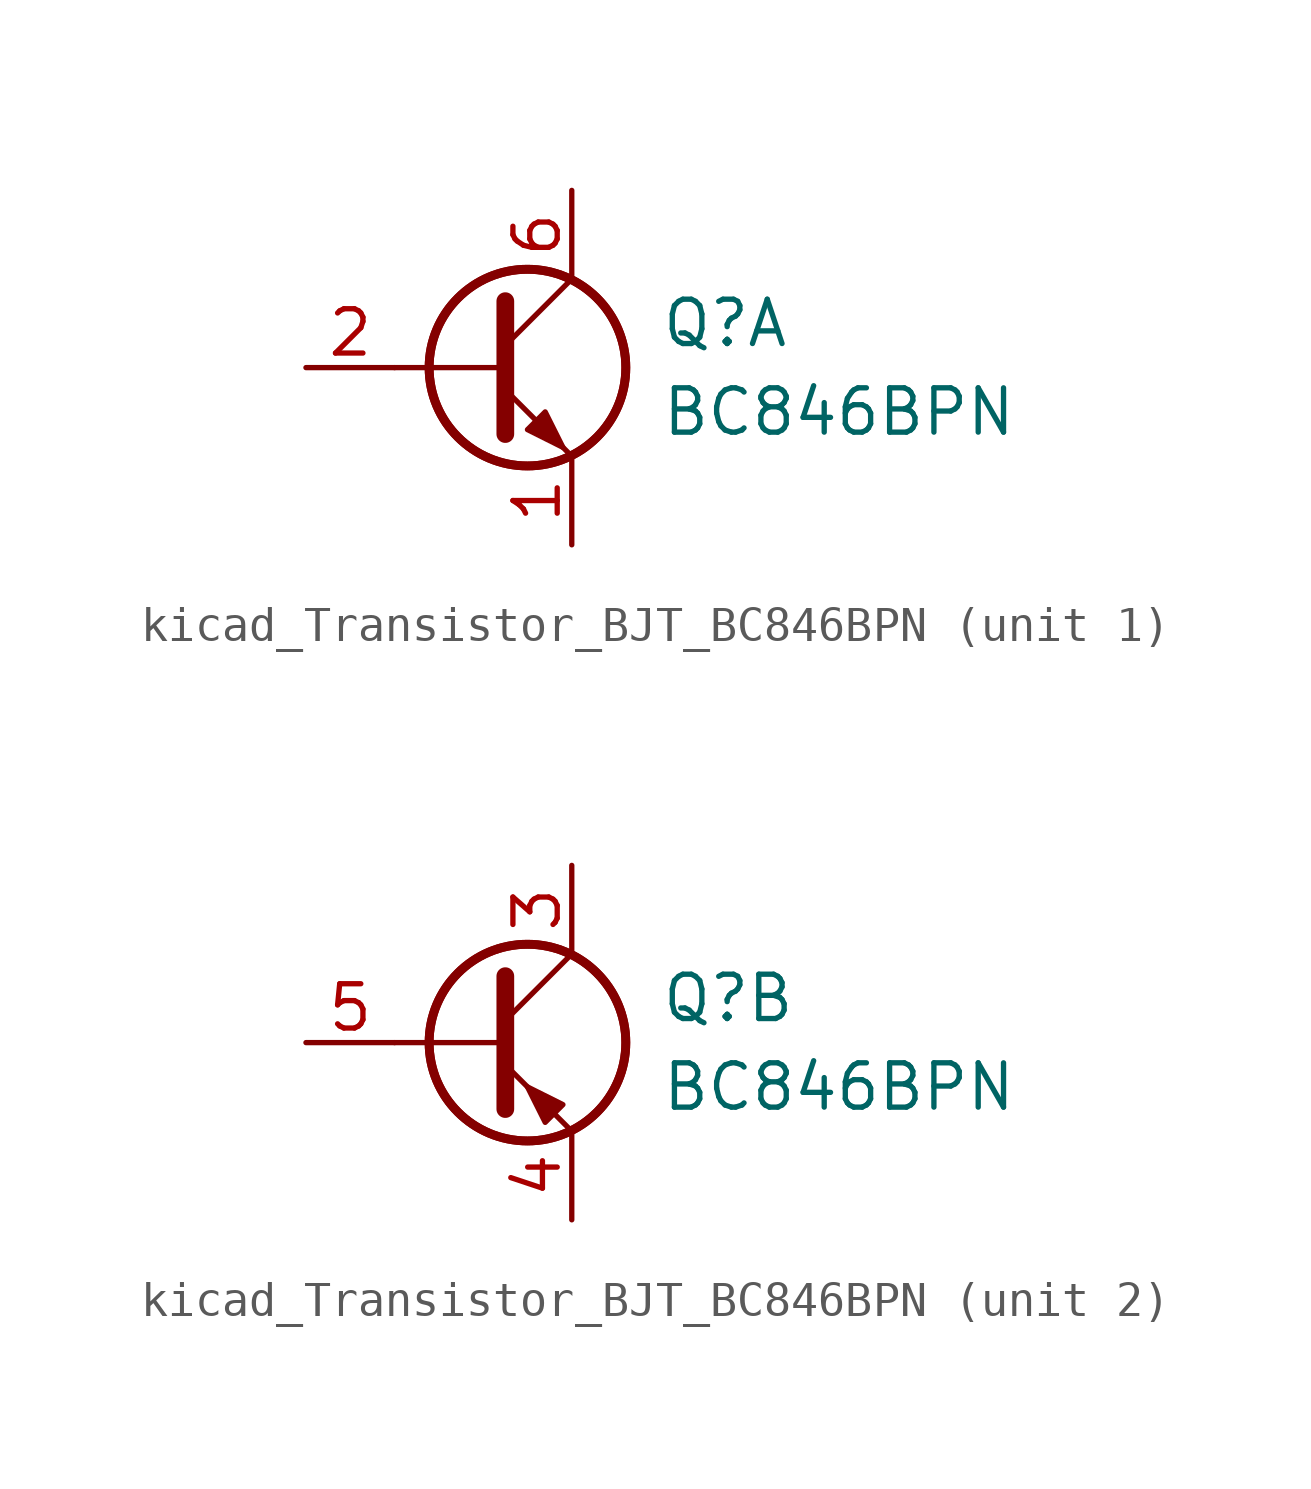
<source format=kicad_sym>
(kicad_symbol_lib
  (version 20220914)
  (generator kicad_symbol_editor)
  (symbol "kicad_Transistor_BJT_BC846BPN"
    (pin_names
      (offset 0) hide)
    (property "Reference" "Q"
      (at 5.08 1.27 0)
      (effects (font (size 1.27 1.27)) (justify left)))
    (property "Value" "BC846BPN"
      (at 5.08 -1.27 0)
      (effects (font (size 1.27 1.27)) (justify left)))
    (property "ki_locked" ""
      (at 0 0 0)
      (effects (font (size 1.27 1.27))))
    (symbol "kicad_Transistor_BJT_BC846BPN_0_1"
      (polyline (pts (xy 0.635 0) (xy -2.54 0)) (stroke (width 0) (type default)) (fill (type none)))
      (circle (center 1.27 0) (radius 2.819) (stroke (width 0.254) (type default)) (fill (type none)))
      (circle (center 1.27 0) (radius 2.819) (stroke (width 0.254) (type default)) (fill (type none))))
    (symbol "kicad_Transistor_BJT_BC846BPN_1_1"
      (polyline (pts (xy 0.635 0.635) (xy 2.54 2.54)) (stroke (width 0) (type default)) (fill (type none)))
      (polyline (pts (xy 0.635 -0.635) (xy 2.54 -2.54) (xy 2.54 -2.54)) (stroke (width 0) (type default)) (fill (type none)))
      (polyline (pts (xy 0.635 1.905) (xy 0.635 -1.905) (xy 0.635 -1.905)) (stroke (width 0.508) (type default)) (fill (type none)))
      (polyline (pts (xy 1.27 -1.778) (xy 1.778 -1.27) (xy 2.286 -2.286) (xy 1.27 -1.778) (xy 1.27 -1.778)) (stroke (width 0) (type default)) (fill (type outline)))
      (pin passive line (at 2.54 -5.08 90) (length 2.54) (name "E1" (effects (font (size 1.27 1.27)))) (number "1" (effects (font (size 1.27 1.27)))))
      (pin input line (at -5.08 0 0) (length 2.54) (name "B1" (effects (font (size 1.27 1.27)))) (number "2" (effects (font (size 1.27 1.27)))))
      (pin passive line (at 2.54 5.08 270) (length 2.54) (name "C1" (effects (font (size 1.27 1.27)))) (number "6" (effects (font (size 1.27 1.27))))))
    (symbol "kicad_Transistor_BJT_BC846BPN_2_1"
      (polyline (pts (xy 0.635 0.635) (xy 2.54 2.54)) (stroke (width 0) (type default)) (fill (type none)))
      (polyline (pts (xy 0.635 -0.635) (xy 2.54 -2.54) (xy 2.54 -2.54)) (stroke (width 0) (type default)) (fill (type none)))
      (polyline (pts (xy 0.635 1.905) (xy 0.635 -1.905) (xy 0.635 -1.905)) (stroke (width 0.508) (type default)) (fill (type none)))
      (polyline (pts (xy 2.286 -1.778) (xy 1.778 -2.286) (xy 1.27 -1.27) (xy 2.286 -1.778) (xy 2.286 -1.778)) (stroke (width 0) (type default)) (fill (type outline)))
      (pin passive line (at 2.54 5.08 270) (length 2.54) (name "C2" (effects (font (size 1.27 1.27)))) (number "3" (effects (font (size 1.27 1.27)))))
      (pin passive line (at 2.54 -5.08 90) (length 2.54) (name "E2" (effects (font (size 1.27 1.27)))) (number "4" (effects (font (size 1.27 1.27)))))
      (pin input line (at -5.08 0 0) (length 2.54) (name "B2" (effects (font (size 1.27 1.27)))) (number "5" (effects (font (size 1.27 1.27))))))))
</source>
